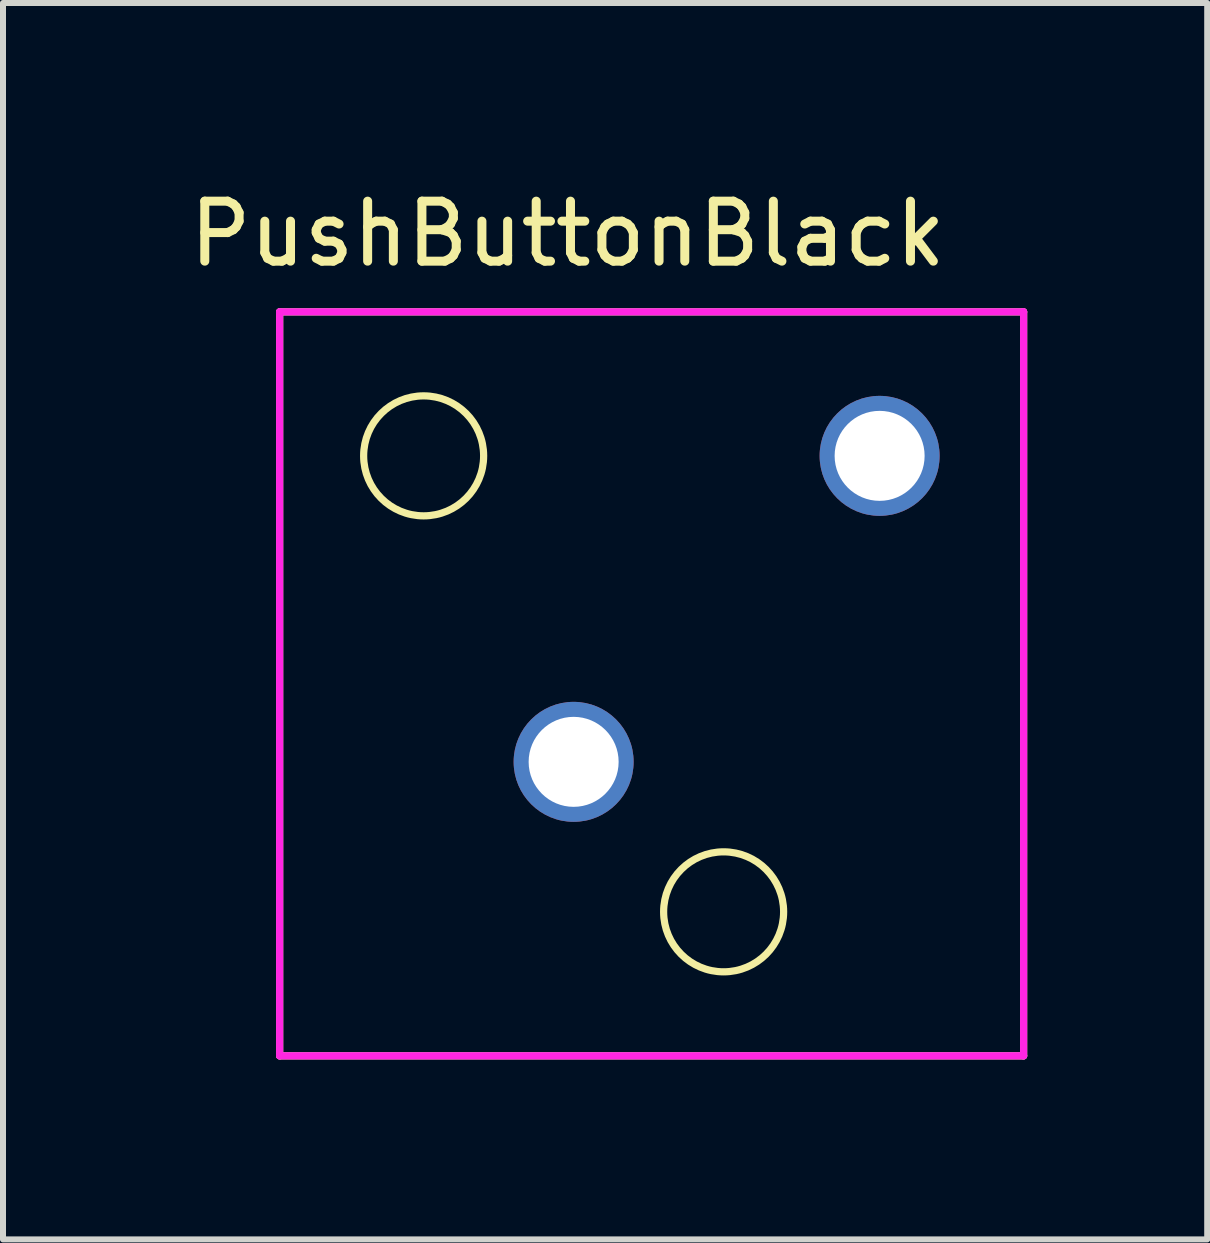
<source format=kicad_pcb>
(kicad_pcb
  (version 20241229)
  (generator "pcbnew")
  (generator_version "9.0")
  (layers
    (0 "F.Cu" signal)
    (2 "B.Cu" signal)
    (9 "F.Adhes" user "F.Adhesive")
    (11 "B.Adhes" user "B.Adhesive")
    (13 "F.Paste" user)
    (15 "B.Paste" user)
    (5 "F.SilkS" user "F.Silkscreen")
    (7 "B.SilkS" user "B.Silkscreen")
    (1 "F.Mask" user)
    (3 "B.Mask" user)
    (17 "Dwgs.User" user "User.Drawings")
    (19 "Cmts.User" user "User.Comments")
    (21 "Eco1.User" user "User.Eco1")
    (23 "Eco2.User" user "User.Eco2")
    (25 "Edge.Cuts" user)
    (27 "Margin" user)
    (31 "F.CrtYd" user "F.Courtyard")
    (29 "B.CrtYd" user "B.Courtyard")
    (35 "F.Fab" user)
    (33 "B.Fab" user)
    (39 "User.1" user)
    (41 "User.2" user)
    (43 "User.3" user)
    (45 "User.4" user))
  (footprint "PushButtonBlack"
    (layer "F.Cu")
    (at 11.611 4.548)
    (property "Reference" "PushButtonBlack" (at -5.2 -3.7 0) (layer "F.SilkS") (effects (font (size 1 1) (thickness 0.15))))
    (attr through_hole)
    (fp_line (start -10 -2.4) (end 2.4 -2.4) (stroke (width 0.12) (type solid)) (layer "F.SilkS"))
    (fp_line (start -10 10) (end -10 -2.4) (stroke (width 0.12) (type solid)) (layer "F.SilkS"))
    (fp_line (start 2.4 -2.4) (end 2.4 10) (stroke (width 0.12) (type solid)) (layer "F.SilkS"))
    (fp_line (start 2.4 10) (end -10 10) (stroke (width 0.12) (type solid)) (layer "F.SilkS"))
    (fp_circle (center -7.6 0) (end -6.6 0) (stroke (width 0.12) (type solid)) (fill no) (layer "F.SilkS"))
    (fp_circle (center -2.6 7.6) (end -1.6 7.6) (stroke (width 0.12) (type solid)) (fill no) (layer "F.SilkS"))
    (fp_line (start -10 -2.4) (end 2.4 -2.4) (stroke (width 0.12) (type solid)) (layer "F.CrtYd"))
    (fp_line (start -10 10) (end -10 -2.4) (stroke (width 0.12) (type solid)) (layer "F.CrtYd"))
    (fp_line (start 2.4 -2.4) (end 2.4 10) (stroke (width 0.12) (type solid)) (layer "F.CrtYd"))
    (fp_line (start 2.4 10) (end -10 10) (stroke (width 0.12) (type solid)) (layer "F.CrtYd"))
    (pad "1" thru_hole circle (at 0 0) (size 2 2) (drill 1.5) (layers "*.Cu" "*.Mask"))
    (pad "2" thru_hole circle (at -5.1 5.1) (size 2 2) (drill 1.5) (layers "*.Cu" "*.Mask")))
  (gr_rect
    (start -3 -3)
    (end 17.071 17.608)
    (stroke (width 0.1) (type default))
    (fill no)
    (layer "Edge.Cuts")))
</source>
